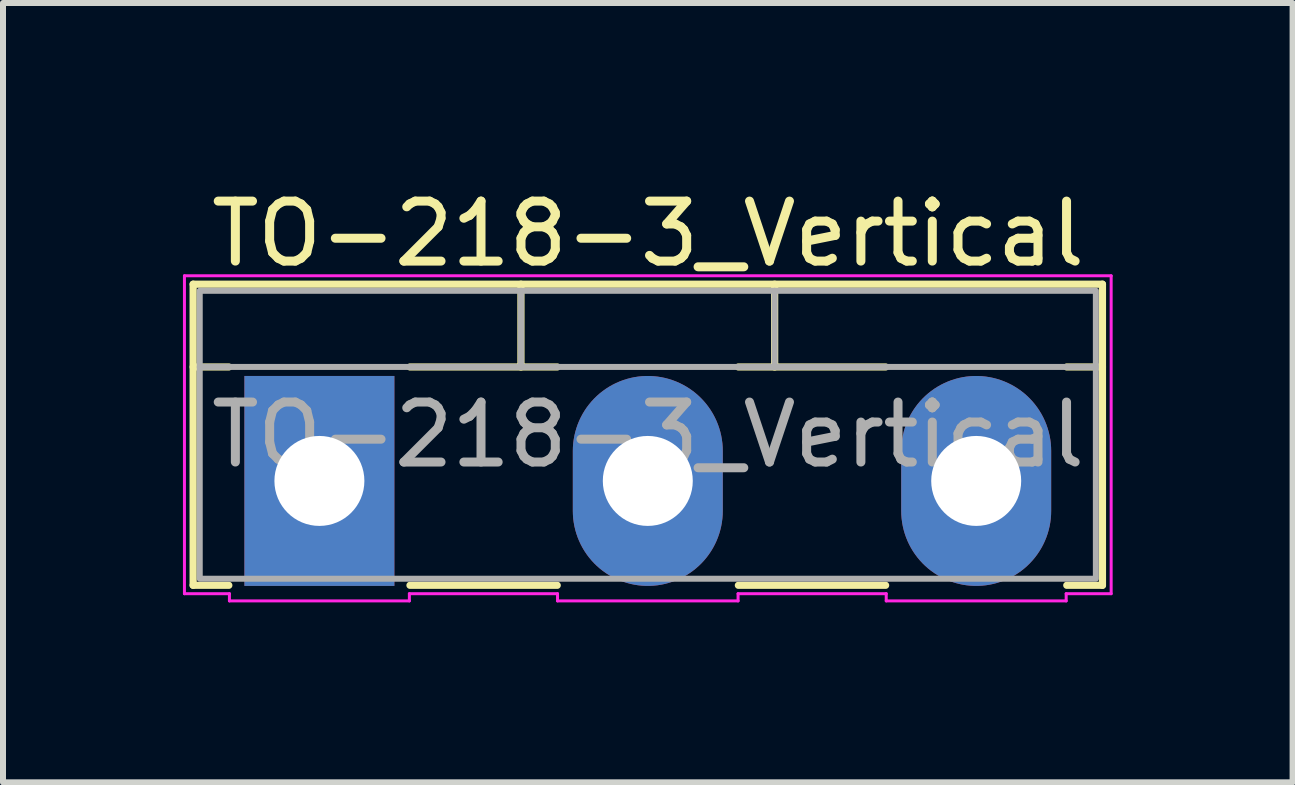
<source format=kicad_pcb>
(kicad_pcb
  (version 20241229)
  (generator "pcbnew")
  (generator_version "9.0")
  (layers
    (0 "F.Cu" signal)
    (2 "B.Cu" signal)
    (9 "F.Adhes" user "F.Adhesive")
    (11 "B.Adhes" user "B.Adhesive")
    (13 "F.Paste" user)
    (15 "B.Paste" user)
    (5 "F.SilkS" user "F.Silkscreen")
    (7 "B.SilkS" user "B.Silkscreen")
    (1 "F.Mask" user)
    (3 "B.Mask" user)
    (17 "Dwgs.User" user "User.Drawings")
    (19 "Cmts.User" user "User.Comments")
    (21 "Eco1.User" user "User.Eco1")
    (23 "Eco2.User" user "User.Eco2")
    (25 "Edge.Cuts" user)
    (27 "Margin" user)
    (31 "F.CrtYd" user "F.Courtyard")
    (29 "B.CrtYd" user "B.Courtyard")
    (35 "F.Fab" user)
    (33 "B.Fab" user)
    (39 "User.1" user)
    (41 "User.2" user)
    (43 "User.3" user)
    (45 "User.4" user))
  (footprint "TO-218-3_Vertical"
    (layer "F.Cu")
    (at 2.275 4.968)
    (property "Reference" "TO-218-3_Vertical" (at 5.48 -4.12 0) (layer "F.SilkS") (effects (font (size 1 1) (thickness 0.15))))
    (attr through_hole)
    (fp_line (start -2.105 -3.28) (end 13.055 -3.28) (stroke (width 0.12) (type solid)) (layer "F.SilkS"))
    (fp_line (start -2.105 -1.9) (end -1.51 -1.9) (stroke (width 0.12) (type solid)) (layer "F.SilkS"))
    (fp_line (start -2.105 1.74) (end -2.105 -3.28) (stroke (width 0.12) (type solid)) (layer "F.SilkS"))
    (fp_line (start -1.51 1.74) (end -2.105 1.74) (stroke (width 0.12) (type solid)) (layer "F.SilkS"))
    (fp_line (start 1.51 -1.9) (end 3.965 -1.9) (stroke (width 0.12) (type solid)) (layer "F.SilkS"))
    (fp_line (start 3.36 -3.28) (end 3.36 -1.9) (stroke (width 0.12) (type solid)) (layer "F.SilkS"))
    (fp_line (start 3.965 1.74) (end 1.51 1.74) (stroke (width 0.12) (type solid)) (layer "F.SilkS"))
    (fp_line (start 6.985 -1.9) (end 9.44 -1.9) (stroke (width 0.12) (type solid)) (layer "F.SilkS"))
    (fp_line (start 7.59 -3.28) (end 7.59 -1.9) (stroke (width 0.12) (type solid)) (layer "F.SilkS"))
    (fp_line (start 9.44 1.74) (end 6.985 1.74) (stroke (width 0.12) (type solid)) (layer "F.SilkS"))
    (fp_line (start 12.46 -1.9) (end 13.055 -1.9) (stroke (width 0.12) (type solid)) (layer "F.SilkS"))
    (fp_line (start 13.055 -3.28) (end 13.055 1.74) (stroke (width 0.12) (type solid)) (layer "F.SilkS"))
    (fp_line (start 13.055 1.74) (end 12.46 1.74) (stroke (width 0.12) (type solid)) (layer "F.SilkS"))
    (fp_line (start -2.25 -3.42) (end 13.2 -3.42) (stroke (width 0.05) (type solid)) (layer "F.CrtYd"))
    (fp_line (start -2.25 1.88) (end -2.25 -3.42) (stroke (width 0.05) (type solid)) (layer "F.CrtYd"))
    (fp_line (start -1.5 1.88) (end -2.25 1.88) (stroke (width 0.05) (type solid)) (layer "F.CrtYd"))
    (fp_line (start -1.5 2) (end -1.5 1.88) (stroke (width 0.05) (type solid)) (layer "F.CrtYd"))
    (fp_line (start 1.5 1.88) (end 1.5 2) (stroke (width 0.05) (type solid)) (layer "F.CrtYd"))
    (fp_line (start 1.5 2) (end -1.5 2) (stroke (width 0.05) (type solid)) (layer "F.CrtYd"))
    (fp_line (start 3.97 1.88) (end 1.5 1.88) (stroke (width 0.05) (type solid)) (layer "F.CrtYd"))
    (fp_line (start 3.97 2) (end 3.97 1.88) (stroke (width 0.05) (type solid)) (layer "F.CrtYd"))
    (fp_line (start 6.98 1.88) (end 6.98 2) (stroke (width 0.05) (type solid)) (layer "F.CrtYd"))
    (fp_line (start 6.98 2) (end 3.97 2) (stroke (width 0.05) (type solid)) (layer "F.CrtYd"))
    (fp_line (start 9.45 1.88) (end 6.98 1.88) (stroke (width 0.05) (type solid)) (layer "F.CrtYd"))
    (fp_line (start 9.45 2) (end 9.45 1.88) (stroke (width 0.05) (type solid)) (layer "F.CrtYd"))
    (fp_line (start 12.45 1.88) (end 12.45 2) (stroke (width 0.05) (type solid)) (layer "F.CrtYd"))
    (fp_line (start 12.45 2) (end 9.45 2) (stroke (width 0.05) (type solid)) (layer "F.CrtYd"))
    (fp_line (start 13.2 -3.42) (end 13.2 1.88) (stroke (width 0.05) (type solid)) (layer "F.CrtYd"))
    (fp_line (start 13.2 1.88) (end 12.45 1.88) (stroke (width 0.05) (type solid)) (layer "F.CrtYd"))
    (fp_line (start -1.995 -1.9) (end 12.945 -1.9) (stroke (width 0.1) (type solid)) (layer "F.Fab"))
    (fp_line (start 3.36 -3.17) (end 3.36 -1.9) (stroke (width 0.1) (type solid)) (layer "F.Fab"))
    (fp_line (start 7.59 -3.17) (end 7.59 -1.9) (stroke (width 0.1) (type solid)) (layer "F.Fab"))
    (fp_rect (start -1.995 -3.17) (end 12.945 1.63) (stroke (width 0.1) (type solid)) (fill no) (layer "F.Fab"))
    (fp_text user "${REFERENCE}" (at 5.48 -0.77 0) (layer "F.Fab") (effects (font (size 1 1) (thickness 0.15))))
    (pad "1" thru_hole rect (at 0 0) (size 2.5 3.5) (drill 1.5) (layers "*.Cu" "*.Mask"))
    (pad "2" thru_hole oval (at 5.475 0) (size 2.5 3.5) (drill 1.5) (layers "*.Cu" "*.Mask"))
    (pad "3" thru_hole oval (at 10.95 0) (size 2.5 3.5) (drill 1.5) (layers "*.Cu" "*.Mask")))
  (gr_rect
    (start -3 -3)
    (end 18.5 9.993)
    (stroke (width 0.1) (type default))
    (fill no)
    (layer "Edge.Cuts")))
</source>
